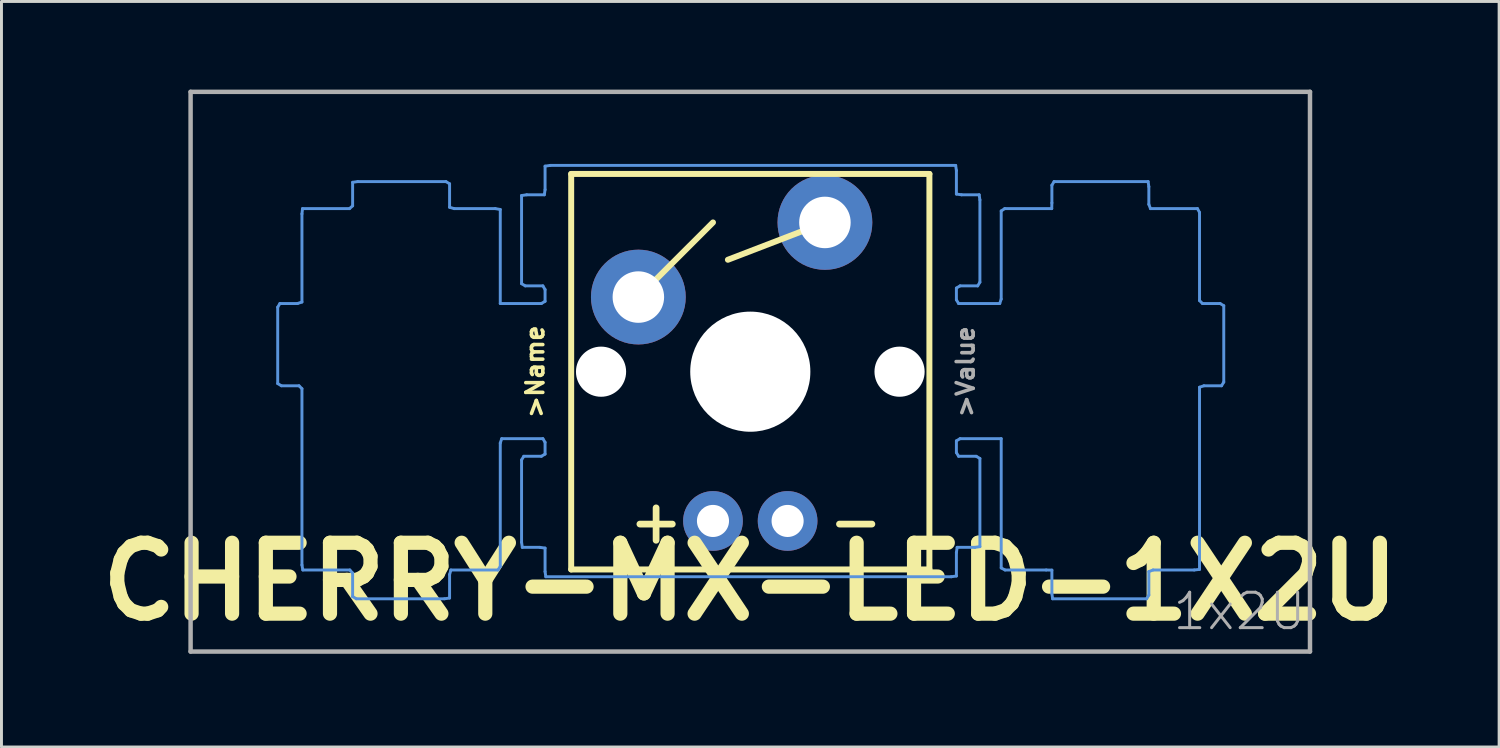
<source format=kicad_pcb>
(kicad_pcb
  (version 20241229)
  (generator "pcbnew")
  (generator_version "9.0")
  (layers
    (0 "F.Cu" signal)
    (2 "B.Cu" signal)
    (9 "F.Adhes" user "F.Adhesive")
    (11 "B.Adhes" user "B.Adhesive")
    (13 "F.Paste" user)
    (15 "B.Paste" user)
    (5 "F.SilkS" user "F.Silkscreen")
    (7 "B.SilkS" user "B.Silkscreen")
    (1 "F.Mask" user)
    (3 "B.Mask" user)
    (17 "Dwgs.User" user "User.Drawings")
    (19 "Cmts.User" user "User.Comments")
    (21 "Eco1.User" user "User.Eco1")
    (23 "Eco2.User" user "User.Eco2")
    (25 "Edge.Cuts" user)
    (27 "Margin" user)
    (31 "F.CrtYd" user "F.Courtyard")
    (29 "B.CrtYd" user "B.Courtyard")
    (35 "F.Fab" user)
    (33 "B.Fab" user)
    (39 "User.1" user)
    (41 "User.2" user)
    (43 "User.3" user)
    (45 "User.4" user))
  (footprint "CHERRY-MX-LED-1X2U"
    (layer "F.Cu")
    (at 3.437 19.126)
    (property "Reference" "CHERRY-MX-LED-1X2U" (at 19.05 -2.381 0) (layer "F.SilkS") (effects (font (size 2.413 2.413) (thickness 0.483))))
    (attr through_hole)
    (fp_line (start 12.954 -16.256) (end 25.146 -16.256) (stroke (width 0.203) (type solid)) (layer "F.SilkS"))
    (fp_line (start 12.954 -2.794) (end 12.954 -16.256) (stroke (width 0.203) (type solid)) (layer "F.SilkS"))
    (fp_line (start 15.24 -12.065) (end 17.78 -14.605) (stroke (width 0.203) (type solid)) (layer "F.SilkS"))
    (fp_line (start 21.59 -14.605) (end 18.288 -13.335) (stroke (width 0.203) (type solid)) (layer "F.SilkS"))
    (fp_line (start 25.146 -16.256) (end 25.146 -2.794) (stroke (width 0.203) (type solid)) (layer "F.SilkS"))
    (fp_line (start 25.146 -2.794) (end 12.954 -2.794) (stroke (width 0.203) (type solid)) (layer "F.SilkS"))
    (fp_line (start 2.965 -11.721) (end 2.965 -9.121) (stroke (width 0.1) (type solid)) (layer "Cmts.User"))
    (fp_line (start 2.965 -9.121) (end 3.09 -9.046) (stroke (width 0.1) (type solid)) (layer "Cmts.User"))
    (fp_line (start 3.04 -11.846) (end 2.965 -11.721) (stroke (width 0.1) (type solid)) (layer "Cmts.User"))
    (fp_line (start 3.09 -9.046) (end 3.69 -9.046) (stroke (width 0.1) (type solid)) (layer "Cmts.User"))
    (fp_line (start 3.64 -11.846) (end 3.04 -11.846) (stroke (width 0.1) (type solid)) (layer "Cmts.User"))
    (fp_line (start 3.69 -9.046) (end 3.79 -8.946) (stroke (width 0.1) (type solid)) (layer "Cmts.User"))
    (fp_line (start 3.79 -14.896) (end 3.79 -11.896) (stroke (width 0.1) (type solid)) (layer "Cmts.User"))
    (fp_line (start 3.79 -11.896) (end 3.64 -11.846) (stroke (width 0.1) (type solid)) (layer "Cmts.User"))
    (fp_line (start 3.79 -8.946) (end 3.79 -2.946) (stroke (width 0.1) (type solid)) (layer "Cmts.User"))
    (fp_line (start 3.79 -2.946) (end 3.82 -2.776) (stroke (width 0.1) (type solid)) (layer "Cmts.User"))
    (fp_line (start 3.81 -15.076) (end 3.79 -14.896) (stroke (width 0.1) (type solid)) (layer "Cmts.User"))
    (fp_line (start 3.82 -2.776) (end 5.42 -2.776) (stroke (width 0.1) (type solid)) (layer "Cmts.User"))
    (fp_line (start 5.41 -15.076) (end 3.81 -15.076) (stroke (width 0.1) (type solid)) (layer "Cmts.User"))
    (fp_line (start 5.42 -2.776) (end 5.515 -2.671) (stroke (width 0.1) (type solid)) (layer "Cmts.User"))
    (fp_line (start 5.515 -15.971) (end 5.515 -15.171) (stroke (width 0.1) (type solid)) (layer "Cmts.User"))
    (fp_line (start 5.515 -15.171) (end 5.41 -15.076) (stroke (width 0.1) (type solid)) (layer "Cmts.User"))
    (fp_line (start 5.515 -2.671) (end 5.515 -1.871) (stroke (width 0.1) (type solid)) (layer "Cmts.User"))
    (fp_line (start 5.515 -1.871) (end 5.64 -1.796) (stroke (width 0.1) (type solid)) (layer "Cmts.User"))
    (fp_line (start 5.64 -1.796) (end 8.64 -1.796) (stroke (width 0.1) (type solid)) (layer "Cmts.User"))
    (fp_line (start 5.69 -15.996) (end 5.515 -15.971) (stroke (width 0.1) (type solid)) (layer "Cmts.User"))
    (fp_line (start 8.64 -1.796) (end 8.815 -1.821) (stroke (width 0.1) (type solid)) (layer "Cmts.User"))
    (fp_line (start 8.69 -15.996) (end 5.69 -15.996) (stroke (width 0.1) (type solid)) (layer "Cmts.User"))
    (fp_line (start 8.815 -15.921) (end 8.69 -15.996) (stroke (width 0.1) (type solid)) (layer "Cmts.User"))
    (fp_line (start 8.815 -15.121) (end 8.815 -15.921) (stroke (width 0.1) (type solid)) (layer "Cmts.User"))
    (fp_line (start 8.815 -2.621) (end 8.86 -2.776) (stroke (width 0.1) (type solid)) (layer "Cmts.User"))
    (fp_line (start 8.815 -1.821) (end 8.815 -2.621) (stroke (width 0.1) (type solid)) (layer "Cmts.User"))
    (fp_line (start 8.86 -2.776) (end 10.46 -2.776) (stroke (width 0.1) (type solid)) (layer "Cmts.User"))
    (fp_line (start 8.97 -15.076) (end 8.815 -15.121) (stroke (width 0.1) (type solid)) (layer "Cmts.User"))
    (fp_line (start 10.37 -15.076) (end 8.97 -15.076) (stroke (width 0.1) (type solid)) (layer "Cmts.User"))
    (fp_line (start 10.46 -2.776) (end 10.54 -2.896) (stroke (width 0.1) (type solid)) (layer "Cmts.User"))
    (fp_line (start 10.54 -15.046) (end 10.37 -15.076) (stroke (width 0.1) (type solid)) (layer "Cmts.User"))
    (fp_line (start 10.54 -11.846) (end 10.54 -15.046) (stroke (width 0.1) (type solid)) (layer "Cmts.User"))
    (fp_line (start 10.54 -7.096) (end 10.59 -7.246) (stroke (width 0.1) (type solid)) (layer "Cmts.User"))
    (fp_line (start 10.54 -2.896) (end 10.54 -7.096) (stroke (width 0.1) (type solid)) (layer "Cmts.User"))
    (fp_line (start 10.59 -7.246) (end 11.99 -7.246) (stroke (width 0.1) (type solid)) (layer "Cmts.User"))
    (fp_line (start 11.265 -15.521) (end 11.265 -12.521) (stroke (width 0.1) (type solid)) (layer "Cmts.User"))
    (fp_line (start 11.265 -12.521) (end 11.39 -12.446) (stroke (width 0.1) (type solid)) (layer "Cmts.User"))
    (fp_line (start 11.265 -6.521) (end 11.265 -3.721) (stroke (width 0.1) (type solid)) (layer "Cmts.User"))
    (fp_line (start 11.265 -3.721) (end 11.29 -3.546) (stroke (width 0.1) (type solid)) (layer "Cmts.User"))
    (fp_line (start 11.29 -3.546) (end 11.89 -3.546) (stroke (width 0.1) (type solid)) (layer "Cmts.User"))
    (fp_line (start 11.34 -6.646) (end 11.265 -6.521) (stroke (width 0.1) (type solid)) (layer "Cmts.User"))
    (fp_line (start 11.39 -12.446) (end 11.99 -12.446) (stroke (width 0.1) (type solid)) (layer "Cmts.User"))
    (fp_line (start 11.44 -15.546) (end 11.265 -15.521) (stroke (width 0.1) (type solid)) (layer "Cmts.User"))
    (fp_line (start 11.89 -3.546) (end 12.065 -3.521) (stroke (width 0.1) (type solid)) (layer "Cmts.User"))
    (fp_line (start 11.94 -11.846) (end 10.54 -11.846) (stroke (width 0.1) (type solid)) (layer "Cmts.User"))
    (fp_line (start 11.94 -6.646) (end 11.34 -6.646) (stroke (width 0.1) (type solid)) (layer "Cmts.User"))
    (fp_line (start 11.99 -7.246) (end 12.065 -7.121) (stroke (width 0.1) (type solid)) (layer "Cmts.User"))
    (fp_line (start 11.99 -12.446) (end 12.065 -12.321) (stroke (width 0.1) (type solid)) (layer "Cmts.User"))
    (fp_line (start 12.04 -15.546) (end 11.44 -15.546) (stroke (width 0.1) (type solid)) (layer "Cmts.User"))
    (fp_line (start 12.065 -16.521) (end 12.065 -15.721) (stroke (width 0.1) (type solid)) (layer "Cmts.User"))
    (fp_line (start 12.065 -15.721) (end 12.04 -15.546) (stroke (width 0.1) (type solid)) (layer "Cmts.User"))
    (fp_line (start 12.065 -12.321) (end 12.065 -11.921) (stroke (width 0.1) (type solid)) (layer "Cmts.User"))
    (fp_line (start 12.065 -11.921) (end 11.94 -11.846) (stroke (width 0.1) (type solid)) (layer "Cmts.User"))
    (fp_line (start 12.065 -7.121) (end 12.065 -6.721) (stroke (width 0.1) (type solid)) (layer "Cmts.User"))
    (fp_line (start 12.065 -6.721) (end 11.94 -6.646) (stroke (width 0.1) (type solid)) (layer "Cmts.User"))
    (fp_line (start 12.065 -3.521) (end 12.065 -2.721) (stroke (width 0.1) (type solid)) (layer "Cmts.User"))
    (fp_line (start 12.065 -2.721) (end 12.09 -2.546) (stroke (width 0.1) (type solid)) (layer "Cmts.User"))
    (fp_line (start 12.09 -2.546) (end 25.89 -2.546) (stroke (width 0.1) (type solid)) (layer "Cmts.User"))
    (fp_line (start 12.24 -16.546) (end 12.065 -16.521) (stroke (width 0.1) (type solid)) (layer "Cmts.User"))
    (fp_line (start 25.89 -2.546) (end 26.065 -2.571) (stroke (width 0.1) (type solid)) (layer "Cmts.User"))
    (fp_line (start 26.04 -16.546) (end 12.24 -16.546) (stroke (width 0.1) (type solid)) (layer "Cmts.User"))
    (fp_line (start 26.065 -16.371) (end 26.04 -16.546) (stroke (width 0.1) (type solid)) (layer "Cmts.User"))
    (fp_line (start 26.065 -15.571) (end 26.065 -16.371) (stroke (width 0.1) (type solid)) (layer "Cmts.User"))
    (fp_line (start 26.065 -12.371) (end 26.19 -12.446) (stroke (width 0.1) (type solid)) (layer "Cmts.User"))
    (fp_line (start 26.065 -11.971) (end 26.065 -12.371) (stroke (width 0.1) (type solid)) (layer "Cmts.User"))
    (fp_line (start 26.065 -7.171) (end 26.19 -7.246) (stroke (width 0.1) (type solid)) (layer "Cmts.User"))
    (fp_line (start 26.065 -6.771) (end 26.065 -7.171) (stroke (width 0.1) (type solid)) (layer "Cmts.User"))
    (fp_line (start 26.065 -3.371) (end 26.09 -3.546) (stroke (width 0.1) (type solid)) (layer "Cmts.User"))
    (fp_line (start 26.065 -2.571) (end 26.065 -3.371) (stroke (width 0.1) (type solid)) (layer "Cmts.User"))
    (fp_line (start 26.09 -3.546) (end 26.69 -3.546) (stroke (width 0.1) (type solid)) (layer "Cmts.User"))
    (fp_line (start 26.14 -6.646) (end 26.065 -6.771) (stroke (width 0.1) (type solid)) (layer "Cmts.User"))
    (fp_line (start 26.14 -11.846) (end 26.065 -11.971) (stroke (width 0.1) (type solid)) (layer "Cmts.User"))
    (fp_line (start 26.19 -12.446) (end 26.79 -12.446) (stroke (width 0.1) (type solid)) (layer "Cmts.User"))
    (fp_line (start 26.19 -7.246) (end 27.59 -7.246) (stroke (width 0.1) (type solid)) (layer "Cmts.User"))
    (fp_line (start 26.24 -15.546) (end 26.065 -15.571) (stroke (width 0.1) (type solid)) (layer "Cmts.User"))
    (fp_line (start 26.69 -3.546) (end 26.865 -3.571) (stroke (width 0.1) (type solid)) (layer "Cmts.User"))
    (fp_line (start 26.74 -6.646) (end 26.14 -6.646) (stroke (width 0.1) (type solid)) (layer "Cmts.User"))
    (fp_line (start 26.79 -12.446) (end 26.865 -12.571) (stroke (width 0.1) (type solid)) (layer "Cmts.User"))
    (fp_line (start 26.84 -15.546) (end 26.24 -15.546) (stroke (width 0.1) (type solid)) (layer "Cmts.User"))
    (fp_line (start 26.865 -15.371) (end 26.84 -15.546) (stroke (width 0.1) (type solid)) (layer "Cmts.User"))
    (fp_line (start 26.865 -12.571) (end 26.865 -15.371) (stroke (width 0.1) (type solid)) (layer "Cmts.User"))
    (fp_line (start 26.865 -6.571) (end 26.74 -6.646) (stroke (width 0.1) (type solid)) (layer "Cmts.User"))
    (fp_line (start 26.865 -3.571) (end 26.865 -6.571) (stroke (width 0.1) (type solid)) (layer "Cmts.User"))
    (fp_line (start 27.54 -11.846) (end 26.14 -11.846) (stroke (width 0.1) (type solid)) (layer "Cmts.User"))
    (fp_line (start 27.59 -14.996) (end 27.59 -11.996) (stroke (width 0.1) (type solid)) (layer "Cmts.User"))
    (fp_line (start 27.59 -11.996) (end 27.54 -11.846) (stroke (width 0.1) (type solid)) (layer "Cmts.User"))
    (fp_line (start 27.59 -7.246) (end 27.59 -2.846) (stroke (width 0.1) (type solid)) (layer "Cmts.User"))
    (fp_line (start 27.59 -2.846) (end 27.72 -2.776) (stroke (width 0.1) (type solid)) (layer "Cmts.User"))
    (fp_line (start 27.71 -15.076) (end 27.59 -14.996) (stroke (width 0.1) (type solid)) (layer "Cmts.User"))
    (fp_line (start 27.72 -2.776) (end 29.12 -2.776) (stroke (width 0.1) (type solid)) (layer "Cmts.User"))
    (fp_line (start 29.12 -2.776) (end 29.315 -2.771) (stroke (width 0.1) (type solid)) (layer "Cmts.User"))
    (fp_line (start 29.31 -15.076) (end 27.71 -15.076) (stroke (width 0.1) (type solid)) (layer "Cmts.User"))
    (fp_line (start 29.315 -15.871) (end 29.315 -15.271) (stroke (width 0.1) (type solid)) (layer "Cmts.User"))
    (fp_line (start 29.315 -15.271) (end 29.31 -15.076) (stroke (width 0.1) (type solid)) (layer "Cmts.User"))
    (fp_line (start 29.315 -2.771) (end 29.315 -1.971) (stroke (width 0.1) (type solid)) (layer "Cmts.User"))
    (fp_line (start 29.315 -1.971) (end 29.34 -1.796) (stroke (width 0.1) (type solid)) (layer "Cmts.User"))
    (fp_line (start 29.34 -1.796) (end 32.54 -1.796) (stroke (width 0.1) (type solid)) (layer "Cmts.User"))
    (fp_line (start 29.39 -15.996) (end 29.315 -15.871) (stroke (width 0.1) (type solid)) (layer "Cmts.User"))
    (fp_line (start 32.54 -1.796) (end 32.615 -1.921) (stroke (width 0.1) (type solid)) (layer "Cmts.User"))
    (fp_line (start 32.59 -15.996) (end 29.39 -15.996) (stroke (width 0.1) (type solid)) (layer "Cmts.User"))
    (fp_line (start 32.615 -15.821) (end 32.59 -15.996) (stroke (width 0.1) (type solid)) (layer "Cmts.User"))
    (fp_line (start 32.615 -15.221) (end 32.615 -15.821) (stroke (width 0.1) (type solid)) (layer "Cmts.User"))
    (fp_line (start 32.615 -2.721) (end 32.76 -2.776) (stroke (width 0.1) (type solid)) (layer "Cmts.User"))
    (fp_line (start 32.615 -1.921) (end 32.615 -2.721) (stroke (width 0.1) (type solid)) (layer "Cmts.User"))
    (fp_line (start 32.67 -15.076) (end 32.615 -15.221) (stroke (width 0.1) (type solid)) (layer "Cmts.User"))
    (fp_line (start 32.76 -2.776) (end 34.16 -2.776) (stroke (width 0.1) (type solid)) (layer "Cmts.User"))
    (fp_line (start 34.16 -2.776) (end 34.34 -2.796) (stroke (width 0.1) (type solid)) (layer "Cmts.User"))
    (fp_line (start 34.27 -15.076) (end 32.67 -15.076) (stroke (width 0.1) (type solid)) (layer "Cmts.User"))
    (fp_line (start 34.34 -14.946) (end 34.27 -15.076) (stroke (width 0.1) (type solid)) (layer "Cmts.User"))
    (fp_line (start 34.34 -11.946) (end 34.34 -14.946) (stroke (width 0.1) (type solid)) (layer "Cmts.User"))
    (fp_line (start 34.34 -8.996) (end 34.49 -9.046) (stroke (width 0.1) (type solid)) (layer "Cmts.User"))
    (fp_line (start 34.34 -2.796) (end 34.34 -8.996) (stroke (width 0.1) (type solid)) (layer "Cmts.User"))
    (fp_line (start 34.44 -11.846) (end 34.34 -11.946) (stroke (width 0.1) (type solid)) (layer "Cmts.User"))
    (fp_line (start 34.49 -9.046) (end 35.09 -9.046) (stroke (width 0.1) (type solid)) (layer "Cmts.User"))
    (fp_line (start 35.04 -11.846) (end 34.44 -11.846) (stroke (width 0.1) (type solid)) (layer "Cmts.User"))
    (fp_line (start 35.09 -9.046) (end 35.165 -9.171) (stroke (width 0.1) (type solid)) (layer "Cmts.User"))
    (fp_line (start 35.165 -11.771) (end 35.04 -11.846) (stroke (width 0.1) (type solid)) (layer "Cmts.User"))
    (fp_line (start 35.165 -9.171) (end 35.165 -11.771) (stroke (width 0.1) (type solid)) (layer "Cmts.User"))
    (fp_line (start 0 -19.05) (end 38.1 -19.05) (stroke (width 0.152) (type solid)) (layer "F.Fab"))
    (fp_line (start 0 0) (end 0 -19.05) (stroke (width 0.152) (type solid)) (layer "F.Fab"))
    (fp_line (start 38.1 -19.05) (end 38.1 0) (stroke (width 0.152) (type solid)) (layer "F.Fab"))
    (fp_line (start 38.1 0) (end 0 0) (stroke (width 0.152) (type solid)) (layer "F.Fab"))
    (fp_text user "-" (at 21.59 -4.445 0) (layer "F.SilkS") (effects (font (size 1.448 1.448) (thickness 0.229)) (justify left)))
    (fp_text user "+" (at 16.891 -4.445 0) (layer "F.SilkS") (effects (font (size 1.448 1.448) (thickness 0.229)) (justify right)))
    (fp_text user ">Name" (at 12.065 -9.525 90) (layer "F.SilkS") (effects (font (size 0.579 0.579) (thickness 0.122)) (justify bottom)))
    (fp_text user ">Value" (at 26.035 -9.525 90) (layer "F.Fab") (effects (font (size 0.579 0.579) (thickness 0.122)) (justify top)))
    (fp_text user "1x2U" (at 33.363 -0.66 0) (layer "F.Fab") (effects (font (size 1.206 1.206) (thickness 0.102)) (justify left bottom)))
    (pad "" np_thru_hole circle (at 13.97 -9.525) (size 1.707 1.707) (drill 1.707) (layers "*.Cu" "*.Mask"))
    (pad "" np_thru_hole circle (at 19.05 -9.525) (size 4.089 4.089) (drill 4.089) (layers "*.Cu" "*.Mask"))
    (pad "" np_thru_hole circle (at 24.13 -9.525) (size 1.707 1.707) (drill 1.707) (layers "*.Cu" "*.Mask"))
    (pad "A" thru_hole circle (at 17.78 -4.445) (size 2.032 2.032) (drill 1.092) (layers "*.Cu" "*.Mask"))
    (pad "K" thru_hole circle (at 20.32 -4.445) (size 2.032 2.032) (drill 1.092) (layers "*.Cu" "*.Mask"))
    (pad "S1" thru_hole circle (at 15.24 -12.065) (size 3.226 3.226) (drill 1.753) (layers "*.Cu" "*.Mask"))
    (pad "S2" thru_hole circle (at 21.59 -14.605) (size 3.226 3.226) (drill 1.753) (layers "*.Cu" "*.Mask")))
  (gr_rect
    (start -3 -3)
    (end 47.974 22.376)
    (stroke (width 0.1) (type default))
    (fill no)
    (layer "Edge.Cuts")))
</source>
